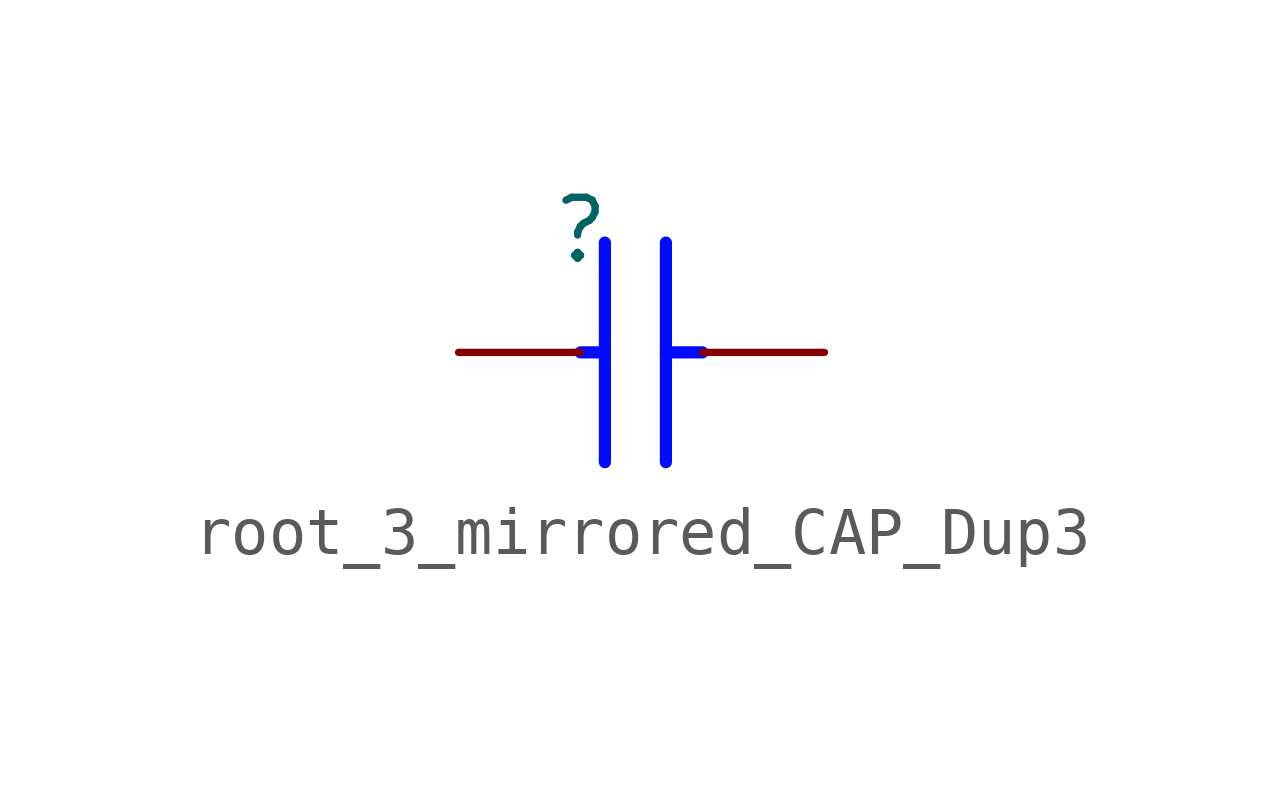
<source format=kicad_sym>
(kicad_symbol_lib
  (version 20231120)
  (generator "kicad_symbol_editor")
  (generator_version "8.0")
  (symbol "root_3_mirrored_CAP_Dup3"
    (property "Reference" ""
      (at 0 0 0)
      (effects (font (size 1.27 1.27))))
    (property "Value" ""
      (at 0 0 0)
      (effects (font (size 1.27 1.27))))
    (symbol "root_3_mirrored_CAP_Dup3_1_0"
      (polyline (pts (xy 0 -2.54) (xy 0.508 -2.54)) (stroke (width 0.254) (type solid) (color 0 11 255 1)) (fill (type none)))
      (polyline (pts (xy 0.508 -0.254) (xy 0.508 -4.826)) (stroke (width 0.254) (type solid) (color 0 11 255 1)) (fill (type none)))
      (polyline (pts (xy 1.778 -0.254) (xy 1.778 -4.826)) (stroke (width 0.254) (type solid) (color 0 11 255 1)) (fill (type none)))
      (polyline (pts (xy 2.54 -2.54) (xy 1.778 -2.54)) (stroke (width 0.254) (type solid) (color 0 11 255 1)) (fill (type none)))
      (pin passive line (at -2.54 -2.54 0) (length 2.54) (name "1" (effects (font (size 0 0)))) (number "1" (effects (font (size 0 0)))))
      (pin passive line (at 5.08 -2.54 180) (length 2.54) (name "2" (effects (font (size 0 0)))) (number "2" (effects (font (size 0 0))))))))
</source>
